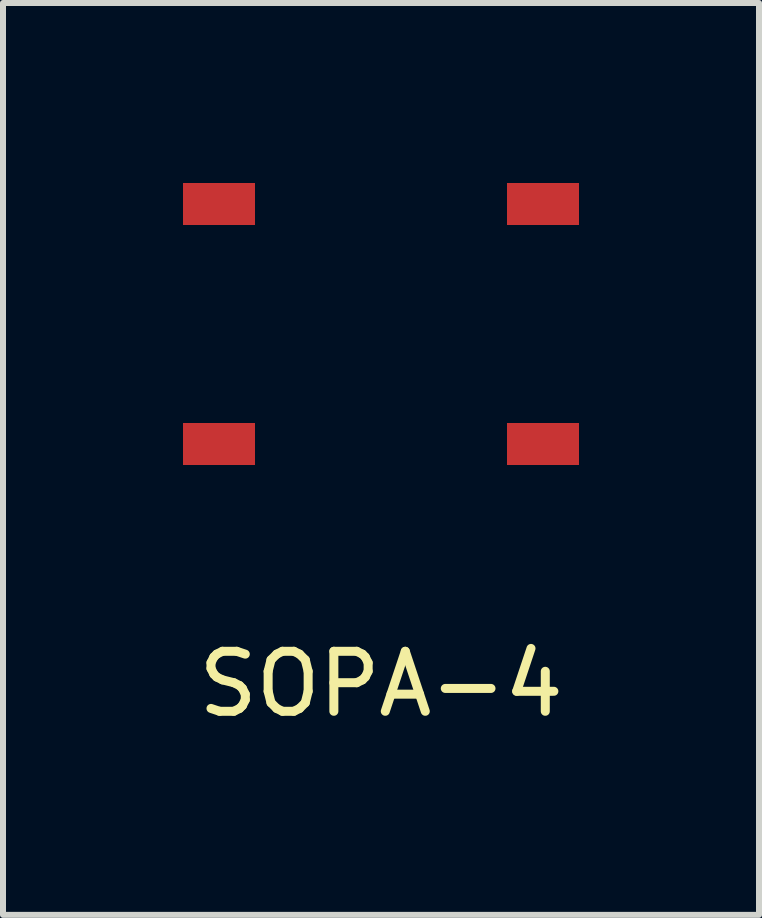
<source format=kicad_pcb>
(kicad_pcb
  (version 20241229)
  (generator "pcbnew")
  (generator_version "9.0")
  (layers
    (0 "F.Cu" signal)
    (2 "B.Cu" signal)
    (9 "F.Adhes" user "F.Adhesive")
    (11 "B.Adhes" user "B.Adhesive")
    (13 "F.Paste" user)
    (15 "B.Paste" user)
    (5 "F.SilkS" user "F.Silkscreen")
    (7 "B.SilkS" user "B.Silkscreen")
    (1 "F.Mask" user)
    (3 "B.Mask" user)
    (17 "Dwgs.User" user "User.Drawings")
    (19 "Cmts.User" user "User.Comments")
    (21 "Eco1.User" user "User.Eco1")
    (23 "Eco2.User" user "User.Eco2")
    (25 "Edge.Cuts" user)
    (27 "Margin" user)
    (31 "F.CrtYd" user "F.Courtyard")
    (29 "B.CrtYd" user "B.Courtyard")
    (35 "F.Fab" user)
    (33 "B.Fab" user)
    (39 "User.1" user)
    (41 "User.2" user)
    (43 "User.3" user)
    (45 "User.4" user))
  (footprint "SOPA-4"
    (layer "F.Cu")
    (at 3.3 2.35)
    (property "Reference" "SOPA-4" (at 0 6 0) (layer "F.SilkS") (effects (font (size 1 1) (thickness 0.15))))
    (attr through_hole)
    (pad "1" smd rect (at -2.7 -2) (size 1.2 0.7) (layers "F.Cu" "F.Mask" "F.Paste"))
    (pad "2" smd rect (at -2.7 2) (size 1.2 0.7) (layers "F.Cu" "F.Mask" "F.Paste"))
    (pad "3" smd rect (at 2.7 2) (size 1.2 0.7) (layers "F.Cu" "F.Mask" "F.Paste"))
    (pad "4" smd rect (at 2.7 -2) (size 1.2 0.7) (layers "F.Cu" "F.Mask" "F.Paste")))
  (gr_rect
    (start -3 -3)
    (end 9.6 12.198)
    (stroke (width 0.1) (type default))
    (fill no)
    (layer "Edge.Cuts")))
</source>
